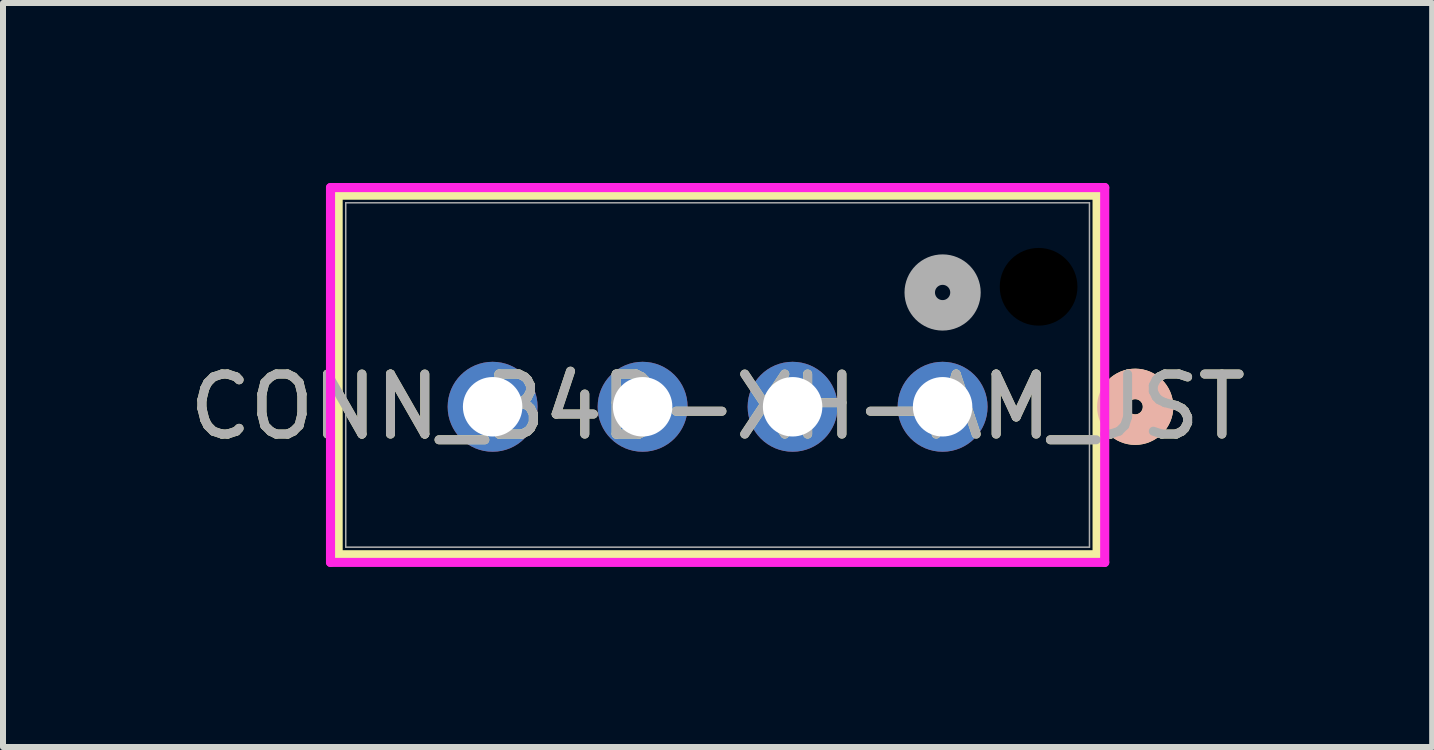
<source format=kicad_pcb>
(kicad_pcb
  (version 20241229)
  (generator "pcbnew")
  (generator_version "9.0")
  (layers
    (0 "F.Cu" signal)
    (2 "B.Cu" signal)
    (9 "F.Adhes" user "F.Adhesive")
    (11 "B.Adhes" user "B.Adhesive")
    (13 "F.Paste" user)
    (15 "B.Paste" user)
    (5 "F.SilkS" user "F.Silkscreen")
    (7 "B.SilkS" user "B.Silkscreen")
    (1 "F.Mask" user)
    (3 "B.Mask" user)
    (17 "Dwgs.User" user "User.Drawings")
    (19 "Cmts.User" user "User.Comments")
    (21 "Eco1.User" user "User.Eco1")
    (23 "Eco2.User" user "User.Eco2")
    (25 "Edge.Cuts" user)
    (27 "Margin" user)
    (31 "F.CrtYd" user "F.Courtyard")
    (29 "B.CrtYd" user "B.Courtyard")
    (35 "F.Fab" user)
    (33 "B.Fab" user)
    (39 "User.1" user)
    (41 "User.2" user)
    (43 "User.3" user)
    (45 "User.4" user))
  (footprint "CONN_B4B-XH-AM_JST"
    (layer "F.Cu")
    (at 12.661 3.73)
    (property "Reference" "CONN_B4B-XH-AM_JST" (at -3.75 0 0) (unlocked yes) (layer "F.SilkS") (effects (font (size 1 1) (thickness 0.15))))
    (attr through_hole)
    (fp_line (start -10.075 -3.527) (end -10.075 2.467) (stroke (width 0.152) (type solid)) (layer "F.SilkS"))
    (fp_line (start -10.075 2.467) (end 2.575 2.467) (stroke (width 0.152) (type solid)) (layer "F.SilkS"))
    (fp_line (start 2.575 -3.527) (end -10.075 -3.527) (stroke (width 0.152) (type solid)) (layer "F.SilkS"))
    (fp_line (start 2.575 2.467) (end 2.575 -3.527) (stroke (width 0.152) (type solid)) (layer "F.SilkS"))
    (fp_circle (center 3.21 0) (end 3.591 0) (stroke (width 0.508) (type solid)) (fill no) (layer "F.SilkS"))
    (fp_circle (center 3.21 0) (end 3.591 0) (stroke (width 0.508) (type solid)) (fill no) (layer "B.SilkS"))
    (fp_line (start -10.202 -3.654) (end -10.202 2.594) (stroke (width 0.152) (type solid)) (layer "F.CrtYd"))
    (fp_line (start -10.202 2.594) (end 2.702 2.594) (stroke (width 0.152) (type solid)) (layer "F.CrtYd"))
    (fp_line (start 2.702 -3.654) (end -10.202 -3.654) (stroke (width 0.152) (type solid)) (layer "F.CrtYd"))
    (fp_line (start 2.702 2.594) (end 2.702 -3.654) (stroke (width 0.152) (type solid)) (layer "F.CrtYd"))
    (fp_line (start -9.948 -3.4) (end -9.948 2.34) (stroke (width 0.025) (type solid)) (layer "F.Fab"))
    (fp_line (start -9.948 2.34) (end 2.448 2.34) (stroke (width 0.025) (type solid)) (layer "F.Fab"))
    (fp_line (start 2.448 -3.4) (end -9.948 -3.4) (stroke (width 0.025) (type solid)) (layer "F.Fab"))
    (fp_line (start 2.448 2.34) (end 2.448 -3.4) (stroke (width 0.025) (type solid)) (layer "F.Fab"))
    (fp_circle (center 0 -1.905) (end 0.381 -1.905) (stroke (width 0.508) (type solid)) (fill no) (layer "F.Fab"))
    (fp_text user "${REFERENCE}" (at -3.75 0 0) (unlocked yes) (layer "F.Fab") (effects (font (size 1 1) (thickness 0.15))))
    (pad "" np_thru_hole circle (at 1.6 -2) (size 1.295 1.295) (drill 1.295) (layers))
    (pad "1" thru_hole circle (at 0 0) (size 1.499 1.499) (drill 0.991) (layers "*.Cu" "*.Mask"))
    (pad "2" thru_hole circle (at -2.5 0) (size 1.499 1.499) (drill 0.991) (layers "*.Cu" "*.Mask"))
    (pad "3" thru_hole circle (at -5 0) (size 1.499 1.499) (drill 0.991) (layers "*.Cu" "*.Mask"))
    (pad "4" thru_hole circle (at -7.5 0) (size 1.499 1.499) (drill 0.991) (layers "*.Cu" "*.Mask")))
  (gr_rect
    (start -3 -3)
    (end 20.821 9.401)
    (stroke (width 0.1) (type default))
    (fill no)
    (layer "Edge.Cuts")))
</source>
